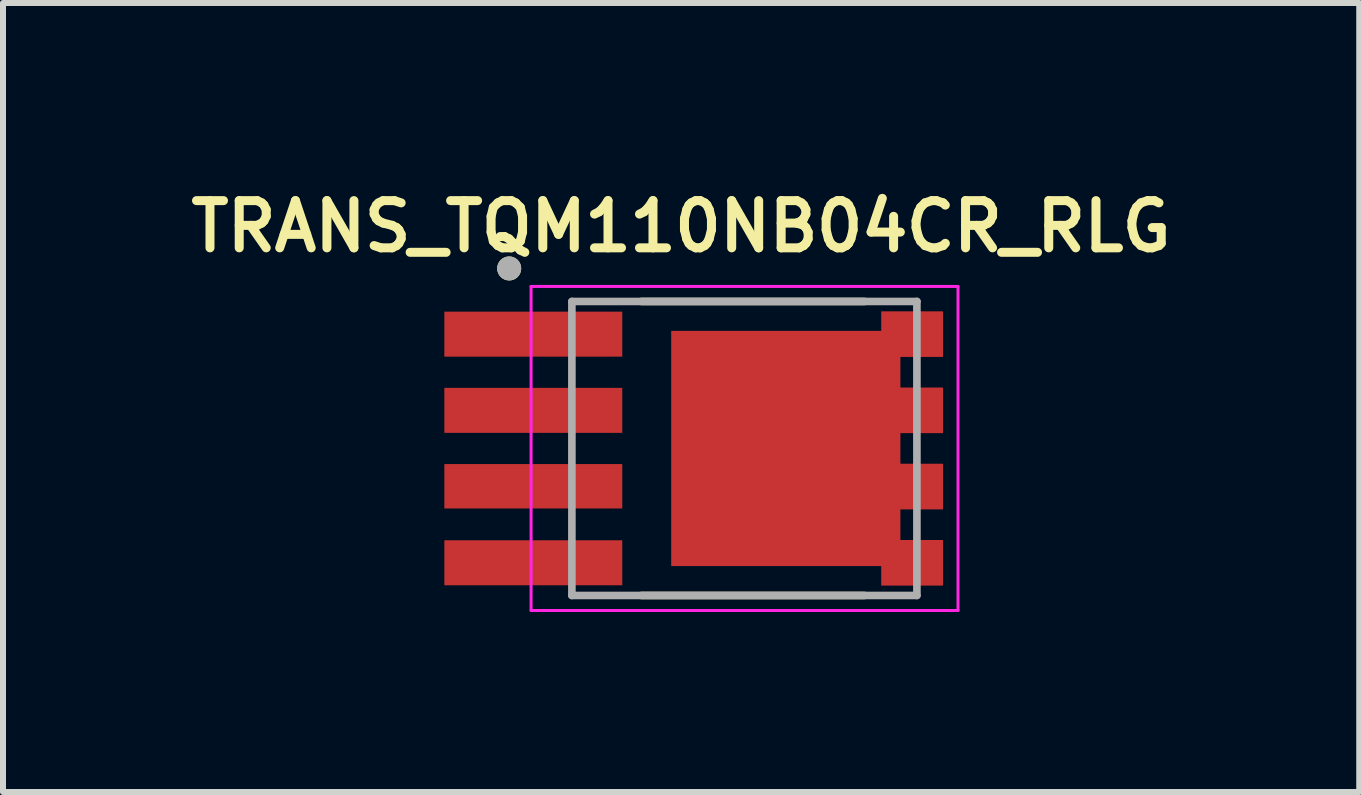
<source format=kicad_pcb>
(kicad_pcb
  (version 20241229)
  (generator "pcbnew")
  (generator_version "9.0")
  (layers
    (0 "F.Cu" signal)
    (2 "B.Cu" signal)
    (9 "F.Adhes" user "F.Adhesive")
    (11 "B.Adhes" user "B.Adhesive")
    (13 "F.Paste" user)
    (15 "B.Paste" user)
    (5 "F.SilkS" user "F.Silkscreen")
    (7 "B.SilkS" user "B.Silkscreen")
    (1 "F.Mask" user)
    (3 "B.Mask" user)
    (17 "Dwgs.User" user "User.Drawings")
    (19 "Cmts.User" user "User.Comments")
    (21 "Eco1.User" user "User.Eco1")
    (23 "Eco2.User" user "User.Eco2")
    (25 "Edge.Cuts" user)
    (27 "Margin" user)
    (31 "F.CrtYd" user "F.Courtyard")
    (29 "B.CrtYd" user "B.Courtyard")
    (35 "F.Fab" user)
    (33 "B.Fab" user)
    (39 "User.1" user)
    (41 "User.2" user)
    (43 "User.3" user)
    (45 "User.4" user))
  (footprint "TRANS_TQM110NB04CR_RLG"
    (layer "F.Cu")
    (at 9.356 4.424)
    (property "Reference" "TRANS_TQM110NB04CR_RLG" (at -1.055 -3.7 0) (layer "F.SilkS") (effects (font (size 0.787 0.787) (thickness 0.15))))
    (attr through_hole)
    (fp_poly (pts (xy -1.315 2.055) (xy 2.185 2.055) (xy 2.185 2.38) (xy 3.405 2.38) (xy 3.405 1.43) (xy 2.695 1.43) (xy 2.695 1.11) (xy 3.405 1.11) (xy 3.405 0.16) (xy 2.695 0.16) (xy 2.695 -0.16) (xy 3.405 -0.16) (xy 3.405 -1.11) (xy 2.695 -1.11) (xy 2.695 -1.43) (xy 3.405 -1.43) (xy 3.405 -2.38) (xy 2.185 -2.38) (xy 2.185 -2.055) (xy -1.315 -2.055)) (stroke (width 0.01) (type solid)) (fill yes) (layer "F.Mask"))
    (fp_line (start -1.715 2.45) (end 2 2.45) (stroke (width 0.127) (type solid)) (layer "F.SilkS"))
    (fp_line (start 2 -2.45) (end -1.715 -2.45) (stroke (width 0.127) (type solid)) (layer "F.SilkS"))
    (fp_circle (center -3.92 -3) (end -3.82 -3) (stroke (width 0.2) (type solid)) (fill no) (layer "F.SilkS"))
    (fp_poly (pts (xy -0.745 -1.485) (xy 0.455 -1.485) (xy 0.455 -0.235) (xy -0.745 -0.235)) (stroke (width 0.01) (type solid)) (fill yes) (layer "F.Paste"))
    (fp_poly (pts (xy -0.745 0.235) (xy 0.455 0.235) (xy 0.455 1.485) (xy -0.745 1.485)) (stroke (width 0.01) (type solid)) (fill yes) (layer "F.Paste"))
    (fp_poly (pts (xy 0.925 -1.485) (xy 2.125 -1.485) (xy 2.125 -0.235) (xy 0.925 -0.235)) (stroke (width 0.01) (type solid)) (fill yes) (layer "F.Paste"))
    (fp_poly (pts (xy 0.925 0.235) (xy 2.125 0.235) (xy 2.125 1.485) (xy 0.925 1.485)) (stroke (width 0.01) (type solid)) (fill yes) (layer "F.Paste"))
    (fp_poly (pts (xy 2.6 -2.285) (xy 3.31 -2.285) (xy 3.31 -1.525) (xy 2.6 -1.525)) (stroke (width 0.01) (type solid)) (fill yes) (layer "F.Paste"))
    (fp_poly (pts (xy 2.6 -1.015) (xy 3.31 -1.015) (xy 3.31 -0.255) (xy 2.6 -0.255)) (stroke (width 0.01) (type solid)) (fill yes) (layer "F.Paste"))
    (fp_poly (pts (xy 2.6 0.255) (xy 3.31 0.255) (xy 3.31 1.015) (xy 2.6 1.015)) (stroke (width 0.01) (type solid)) (fill yes) (layer "F.Paste"))
    (fp_poly (pts (xy 2.6 1.525) (xy 3.31 1.525) (xy 3.31 2.285) (xy 2.6 2.285)) (stroke (width 0.01) (type solid)) (fill yes) (layer "F.Paste"))
    (fp_line (start -3.555 -2.7) (end -3.555 2.7) (stroke (width 0.05) (type solid)) (layer "F.CrtYd"))
    (fp_line (start -3.555 2.7) (end 3.56 2.7) (stroke (width 0.05) (type solid)) (layer "F.CrtYd"))
    (fp_line (start 3.56 -2.7) (end -3.555 -2.7) (stroke (width 0.05) (type solid)) (layer "F.CrtYd"))
    (fp_line (start 3.56 2.7) (end 3.56 -2.7) (stroke (width 0.05) (type solid)) (layer "F.CrtYd"))
    (fp_line (start -2.875 -2.45) (end -2.875 2.45) (stroke (width 0.127) (type solid)) (layer "F.Fab"))
    (fp_line (start -2.875 2.45) (end 2.875 2.45) (stroke (width 0.127) (type solid)) (layer "F.Fab"))
    (fp_line (start 2.875 -2.45) (end -2.875 -2.45) (stroke (width 0.127) (type solid)) (layer "F.Fab"))
    (fp_line (start 2.875 2.45) (end 2.875 -2.45) (stroke (width 0.127) (type solid)) (layer "F.Fab"))
    (fp_circle (center -3.92 -3) (end -3.82 -3) (stroke (width 0.2) (type solid)) (fill no) (layer "F.Fab"))
    (pad "1" smd rect (at -3.518 -1.905) (size 2.965 0.75) (layers "F.Cu" "F.Mask" "F.Paste"))
    (pad "2" smd rect (at -3.518 -0.635) (size 2.965 0.75) (layers "F.Cu" "F.Mask" "F.Paste"))
    (pad "3" smd rect (at -3.518 0.63) (size 2.965 0.74) (layers "F.Cu" "F.Mask" "F.Paste"))
    (pad "4" smd rect (at -3.518 1.905) (size 2.965 0.75) (layers "F.Cu" "F.Mask" "F.Paste"))
    (pad "5_8" smd custom (at 0 0) (size 1 1) (layers "F.Cu") (options (anchor rect)) (primitives (gr_poly (pts (xy -1.215 -1.955) (xy -1.215 1.955) (xy 2.285 1.955) (xy 2.285 2.28) (xy 3.305 2.28) (xy 3.305 1.53) (xy 2.595 1.53) (xy 2.595 1.01) (xy 3.305 1.01) (xy 3.305 0.26) (xy 2.595 0.26) (xy 2.595 -0.26) (xy 3.305 -0.26) (xy 3.305 -1.01) (xy 2.595 -1.01) (xy 2.595 -1.53) (xy 3.305 -1.53) (xy 3.305 -2.28) (xy 2.285 -2.28) (xy 2.285 -1.955)) (width 0.01) (fill yes)))))
  (gr_rect
    (start -3 -3)
    (end 19.603 10.149)
    (stroke (width 0.1) (type default))
    (fill no)
    (layer "Edge.Cuts")))
</source>
